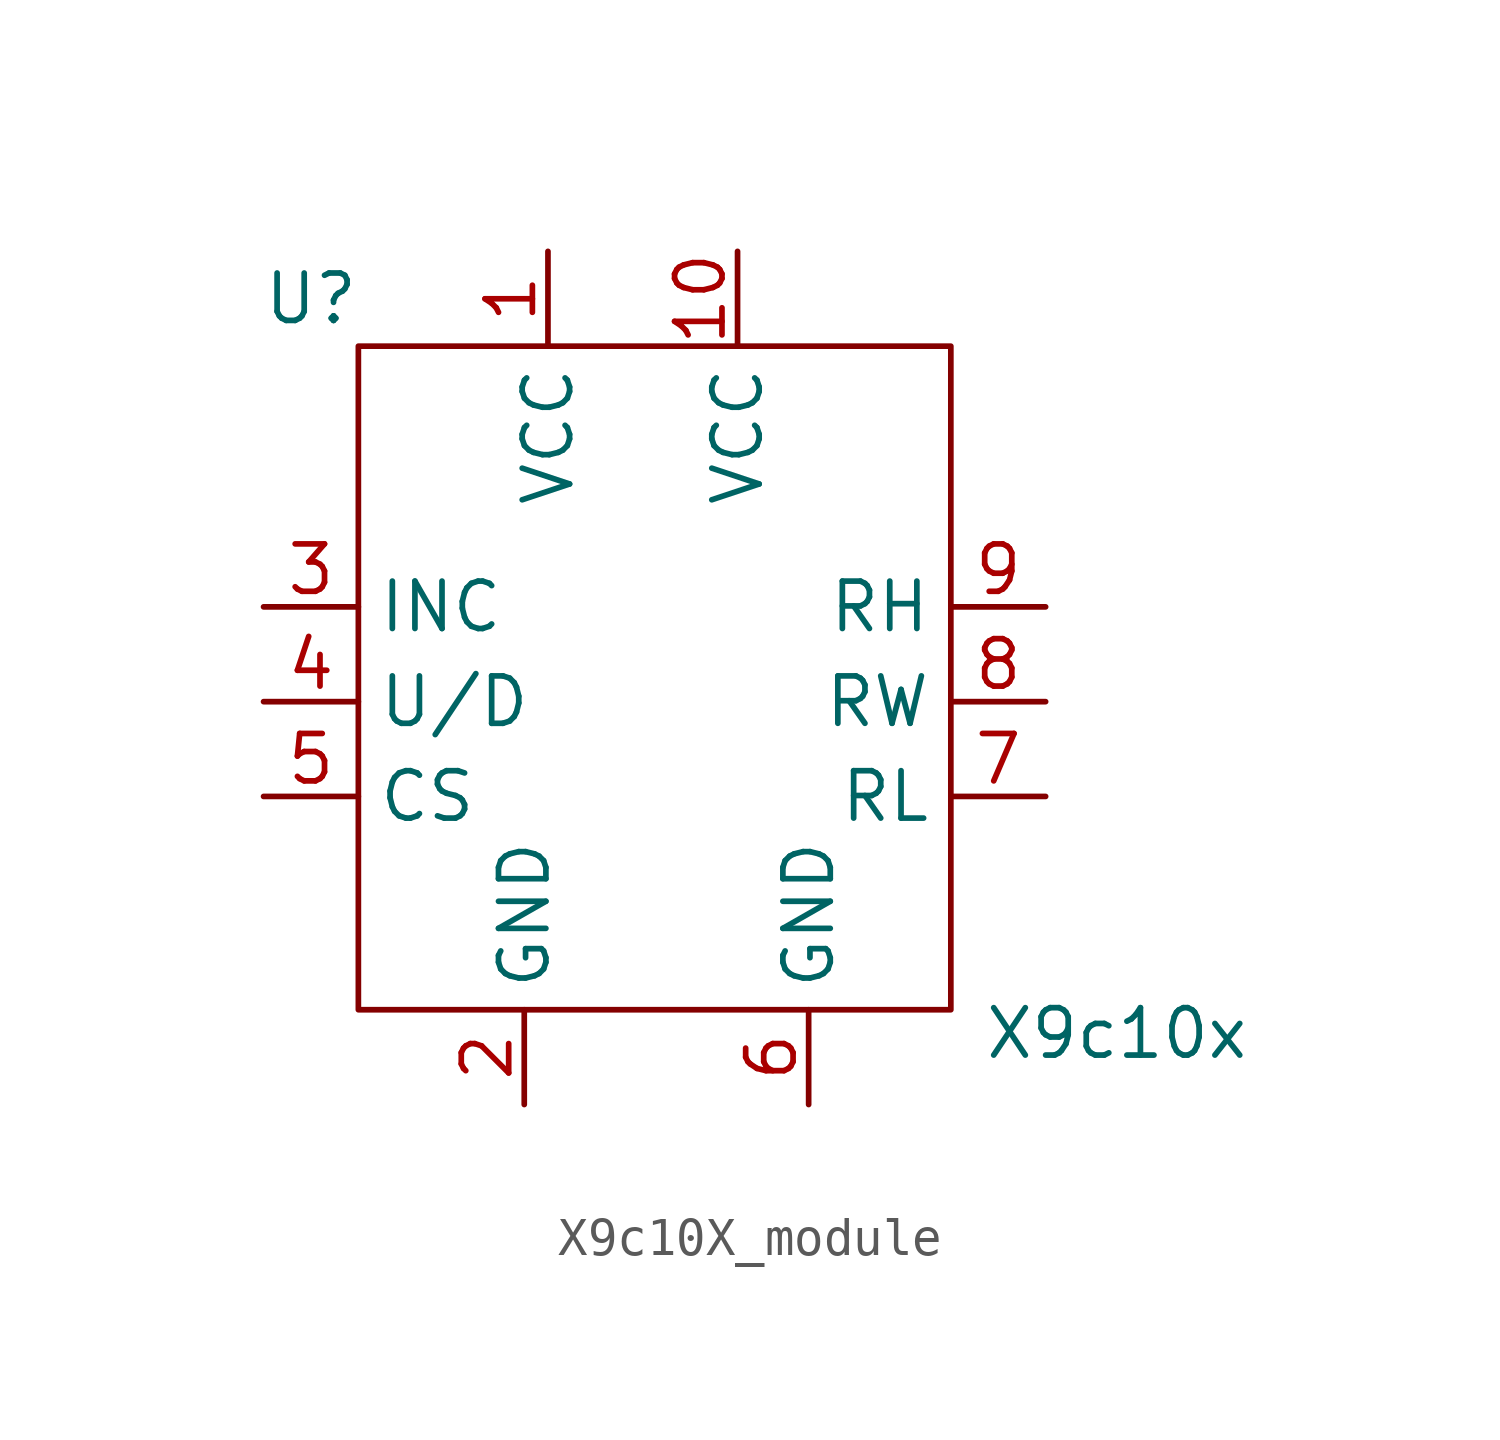
<source format=kicad_sym>
(kicad_symbol_lib
  (version 20220914)
  (generator kicad_symbol_editor)
  (symbol "X9c10X_module"
    (property "Reference" "U"
      (at -8.89 10.795 0)
      (effects (font (size 1.27 1.27))))
    (property "Value" "X9c10x"
      (at 12.7 -8.89 0)
      (effects (font (size 1.27 1.27))))
    (symbol "X9c10X_module_0_1"
      (polyline (pts (xy -7.62 2.54) (xy -7.62 9.525) (xy 8.255 9.525) (xy 8.255 -8.255) (xy -7.62 -8.255) (xy -7.62 2.54)) (stroke (width 0) (type default)) (fill (type none))))
    (symbol "X9c10X_module_1_1"
      (pin passive line (at -2.54 12.065 270) (length 2.54) (name "VCC" (effects (font (size 1.27 1.27)))) (number "1" (effects (font (size 1.27 1.27)))))
      (pin passive line (at 2.54 12.065 270) (length 2.54) (name "VCC" (effects (font (size 1.27 1.27)))) (number "10" (effects (font (size 1.27 1.27)))))
      (pin passive line (at -3.175 -10.795 90) (length 2.54) (name "GND" (effects (font (size 1.27 1.27)))) (number "2" (effects (font (size 1.27 1.27)))))
      (pin passive line (at -10.16 2.54 0) (length 2.54) (name "INC" (effects (font (size 1.27 1.27)))) (number "3" (effects (font (size 1.27 1.27)))))
      (pin passive line (at -10.16 0 0) (length 2.54) (name "U/D" (effects (font (size 1.27 1.27)))) (number "4" (effects (font (size 1.27 1.27)))))
      (pin passive line (at -10.16 -2.54 0) (length 2.54) (name "CS" (effects (font (size 1.27 1.27)))) (number "5" (effects (font (size 1.27 1.27)))))
      (pin passive line (at 4.445 -10.795 90) (length 2.54) (name "GND" (effects (font (size 1.27 1.27)))) (number "6" (effects (font (size 1.27 1.27)))))
      (pin passive line (at 10.795 -2.54 180) (length 2.54) (name "RL" (effects (font (size 1.27 1.27)))) (number "7" (effects (font (size 1.27 1.27)))))
      (pin passive line (at 10.795 0 180) (length 2.54) (name "RW" (effects (font (size 1.27 1.27)))) (number "8" (effects (font (size 1.27 1.27)))))
      (pin passive line (at 10.795 2.54 180) (length 2.54) (name "RH" (effects (font (size 1.27 1.27)))) (number "9" (effects (font (size 1.27 1.27))))))))
</source>
